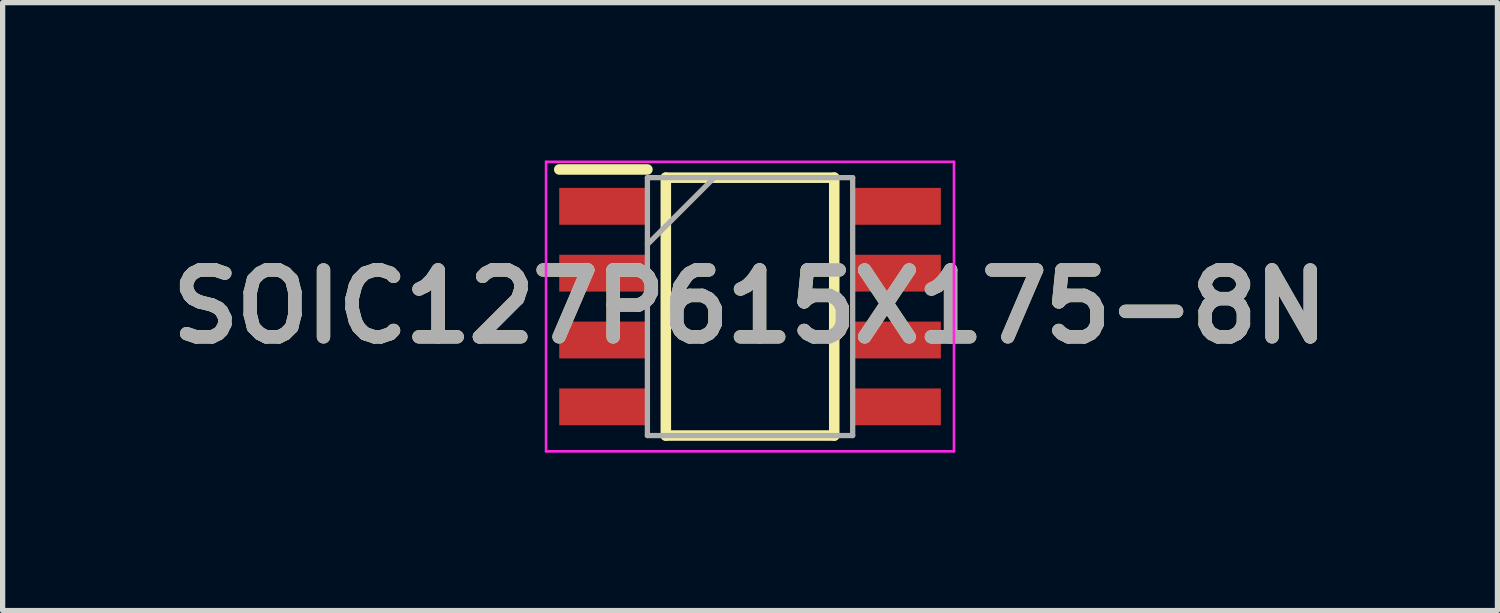
<source format=kicad_pcb>
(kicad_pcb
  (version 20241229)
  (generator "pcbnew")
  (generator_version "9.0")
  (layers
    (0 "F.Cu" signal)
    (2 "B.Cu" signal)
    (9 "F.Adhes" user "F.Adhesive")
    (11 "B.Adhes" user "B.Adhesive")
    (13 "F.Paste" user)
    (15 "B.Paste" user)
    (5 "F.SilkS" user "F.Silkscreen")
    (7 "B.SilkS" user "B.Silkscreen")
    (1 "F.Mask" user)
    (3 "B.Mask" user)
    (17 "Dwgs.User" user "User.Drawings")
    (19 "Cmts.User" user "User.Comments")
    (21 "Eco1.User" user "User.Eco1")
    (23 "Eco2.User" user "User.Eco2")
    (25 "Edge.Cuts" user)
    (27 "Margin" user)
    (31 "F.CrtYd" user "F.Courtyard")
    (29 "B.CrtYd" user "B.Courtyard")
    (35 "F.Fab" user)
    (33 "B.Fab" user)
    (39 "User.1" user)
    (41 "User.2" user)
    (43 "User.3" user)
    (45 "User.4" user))
  (footprint "SOIC127P615X175-8N"
    (layer "F.Cu")
    (at 11.2 2.775)
    (property "Reference" "SOIC127P615X175-8N" (at 0 0 0) (layer "F.SilkS") (effects (font (size 1.27 1.27) (thickness 0.254))))
    (attr smd)
    (fp_line (start -3.625 -2.605) (end -1.95 -2.605) (stroke (width 0.2) (type solid)) (layer "F.SilkS"))
    (fp_line (start -1.6 -2.45) (end 1.6 -2.45) (stroke (width 0.2) (type solid)) (layer "F.SilkS"))
    (fp_line (start -1.6 2.45) (end -1.6 -2.45) (stroke (width 0.2) (type solid)) (layer "F.SilkS"))
    (fp_line (start 1.6 -2.45) (end 1.6 2.45) (stroke (width 0.2) (type solid)) (layer "F.SilkS"))
    (fp_line (start 1.6 2.45) (end -1.6 2.45) (stroke (width 0.2) (type solid)) (layer "F.SilkS"))
    (fp_line (start -3.875 -2.75) (end 3.875 -2.75) (stroke (width 0.05) (type solid)) (layer "F.CrtYd"))
    (fp_line (start -3.875 2.75) (end -3.875 -2.75) (stroke (width 0.05) (type solid)) (layer "F.CrtYd"))
    (fp_line (start 3.875 -2.75) (end 3.875 2.75) (stroke (width 0.05) (type solid)) (layer "F.CrtYd"))
    (fp_line (start 3.875 2.75) (end -3.875 2.75) (stroke (width 0.05) (type solid)) (layer "F.CrtYd"))
    (fp_line (start -1.95 -2.45) (end 1.95 -2.45) (stroke (width 0.1) (type solid)) (layer "F.Fab"))
    (fp_line (start -1.95 -1.18) (end -0.68 -2.45) (stroke (width 0.1) (type solid)) (layer "F.Fab"))
    (fp_line (start -1.95 2.45) (end -1.95 -2.45) (stroke (width 0.1) (type solid)) (layer "F.Fab"))
    (fp_line (start 1.95 -2.45) (end 1.95 2.45) (stroke (width 0.1) (type solid)) (layer "F.Fab"))
    (fp_line (start 1.95 2.45) (end -1.95 2.45) (stroke (width 0.1) (type solid)) (layer "F.Fab"))
    (fp_text user "${REFERENCE}" (at 0 0 0) (layer "F.Fab") (effects (font (size 1.27 1.27) (thickness 0.254))))
    (pad "1" smd rect (at -2.788 -1.905 90) (size 0.7 1.675) (layers "F.Cu" "F.Mask" "F.Paste"))
    (pad "2" smd rect (at -2.788 -0.635 90) (size 0.7 1.675) (layers "F.Cu" "F.Mask" "F.Paste"))
    (pad "3" smd rect (at -2.788 0.635 90) (size 0.7 1.675) (layers "F.Cu" "F.Mask" "F.Paste"))
    (pad "4" smd rect (at -2.788 1.905 90) (size 0.7 1.675) (layers "F.Cu" "F.Mask" "F.Paste"))
    (pad "5" smd rect (at 2.788 1.905 90) (size 0.7 1.675) (layers "F.Cu" "F.Mask" "F.Paste"))
    (pad "6" smd rect (at 2.788 0.635 90) (size 0.7 1.675) (layers "F.Cu" "F.Mask" "F.Paste"))
    (pad "7" smd rect (at 2.788 -0.635 90) (size 0.7 1.675) (layers "F.Cu" "F.Mask" "F.Paste"))
    (pad "8" smd rect (at 2.788 -1.905 90) (size 0.7 1.675) (layers "F.Cu" "F.Mask" "F.Paste")))
  (gr_rect
    (start -3 -3)
    (end 25.4 8.55)
    (stroke (width 0.1) (type default))
    (fill no)
    (layer "Edge.Cuts")))
</source>
